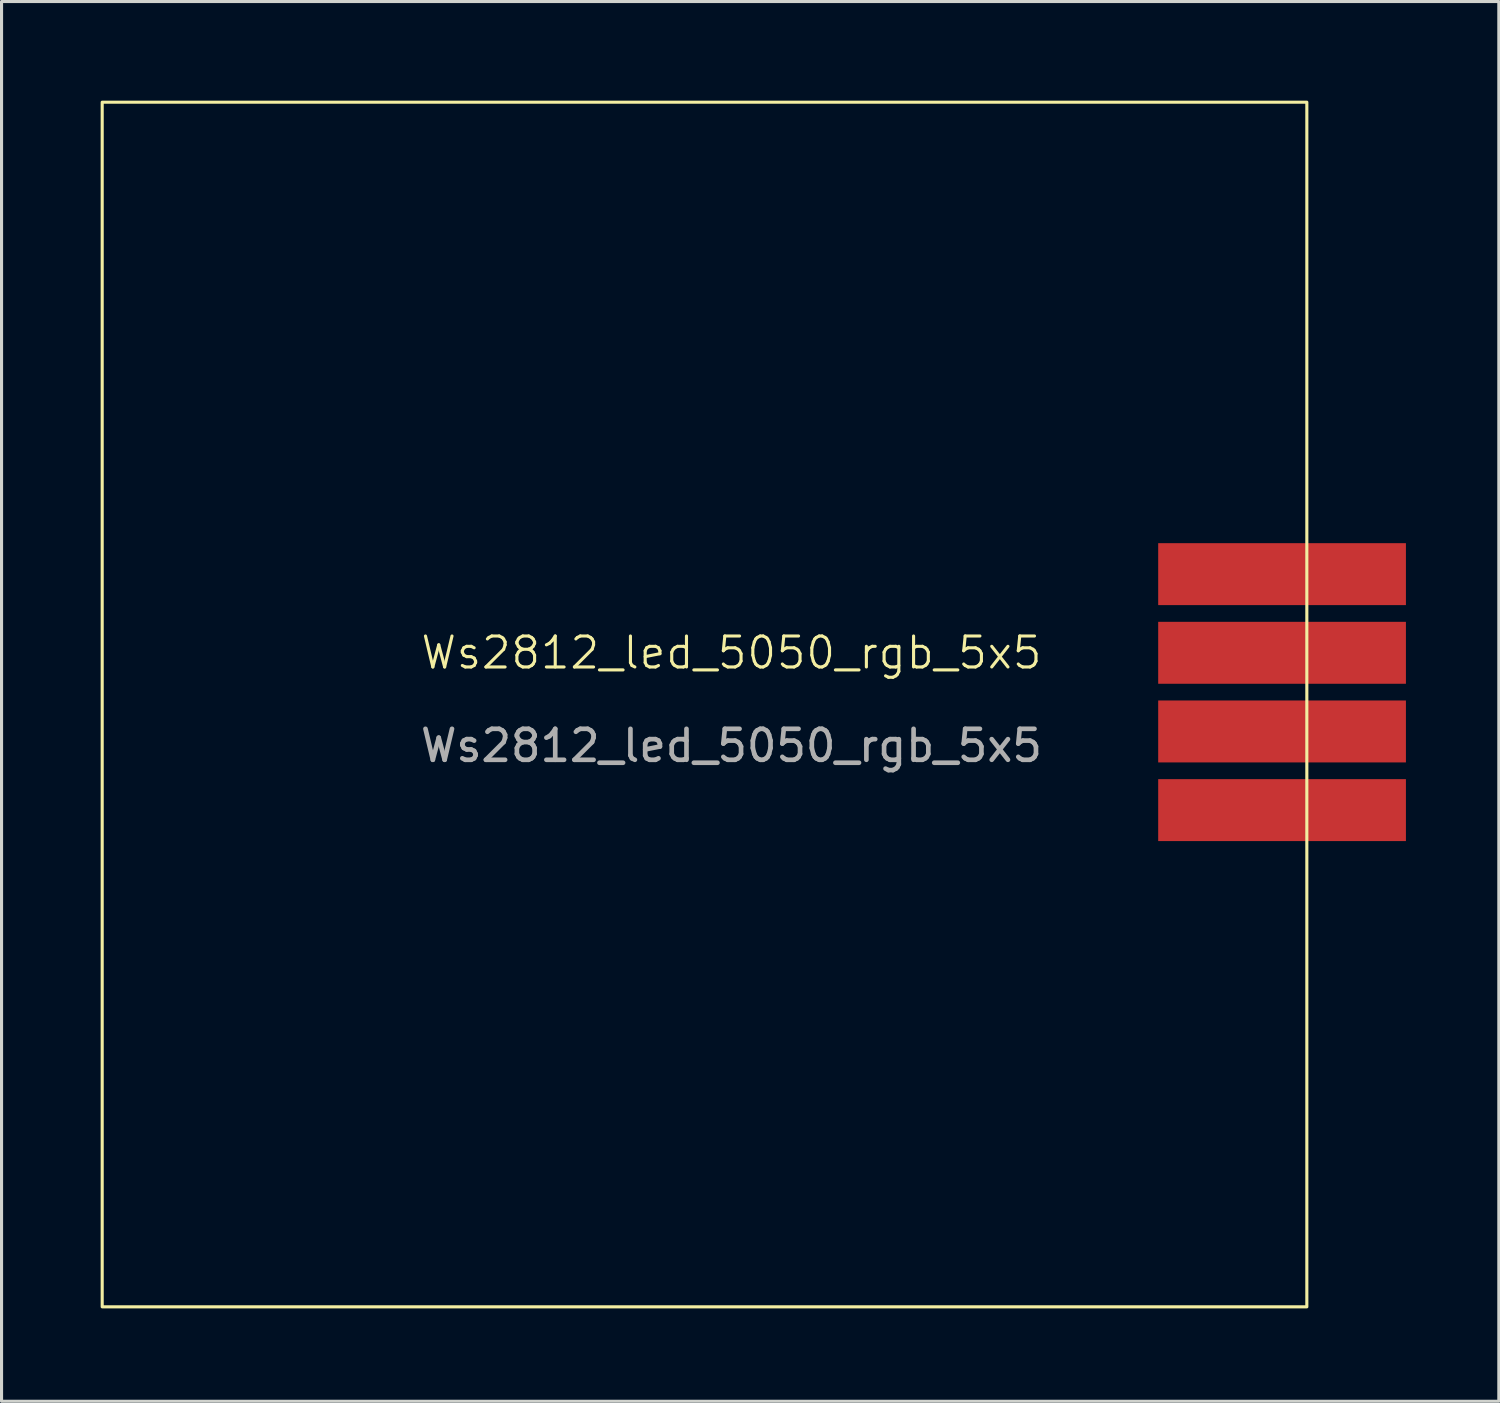
<source format=kicad_pcb>
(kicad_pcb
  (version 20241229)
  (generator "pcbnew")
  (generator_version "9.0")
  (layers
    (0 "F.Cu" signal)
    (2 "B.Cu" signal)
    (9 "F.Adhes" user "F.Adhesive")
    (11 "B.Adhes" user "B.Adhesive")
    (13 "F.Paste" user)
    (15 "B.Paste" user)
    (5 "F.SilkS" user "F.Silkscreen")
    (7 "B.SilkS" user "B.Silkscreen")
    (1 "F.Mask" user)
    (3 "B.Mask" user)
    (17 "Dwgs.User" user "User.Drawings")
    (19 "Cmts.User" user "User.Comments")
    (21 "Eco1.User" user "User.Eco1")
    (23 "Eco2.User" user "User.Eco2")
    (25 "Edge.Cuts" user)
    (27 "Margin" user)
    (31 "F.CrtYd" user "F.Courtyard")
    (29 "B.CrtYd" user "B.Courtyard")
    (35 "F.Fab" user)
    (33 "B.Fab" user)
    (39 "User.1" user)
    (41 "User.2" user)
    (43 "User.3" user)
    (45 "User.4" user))
  (footprint "Ws2812_led_5050_rgb_5x5"
    (layer "F.Cu")
    (at 0.25 0.25)
    (property "Reference" "Ws2812_led_5050_rgb_5x5" (at 20.32 17.78 0) (unlocked yes) (layer "F.SilkS") (effects (font (size 1 1) (thickness 0.1))))
    (attr smd)
    (fp_rect (start 0 0) (end 38.9 38.9) (stroke (width 0.1) (type default)) (fill no) (layer "F.SilkS"))
    (fp_text user "${REFERENCE}" (at 20.32 20.78 0) (unlocked yes) (layer "F.Fab") (effects (font (size 1 1) (thickness 0.15))))
    (pad "1" smd rect (at 38.1 15.24) (size 8 2) (layers "F.Cu" "F.Mask" "F.Paste"))
    (pad "2" smd rect (at 38.1 17.78) (size 8 2) (layers "F.Cu" "F.Mask" "F.Paste"))
    (pad "3" smd rect (at 38.1 20.32) (size 8 2) (layers "F.Cu" "F.Mask" "F.Paste"))
    (pad "4" smd rect (at 38.1 22.86) (size 8 2) (layers "F.Cu" "F.Mask" "F.Paste")))
  (gr_rect
    (start -3 -3)
    (end 45.35 42.2)
    (stroke (width 0.1) (type default))
    (fill no)
    (layer "Edge.Cuts")))
</source>
